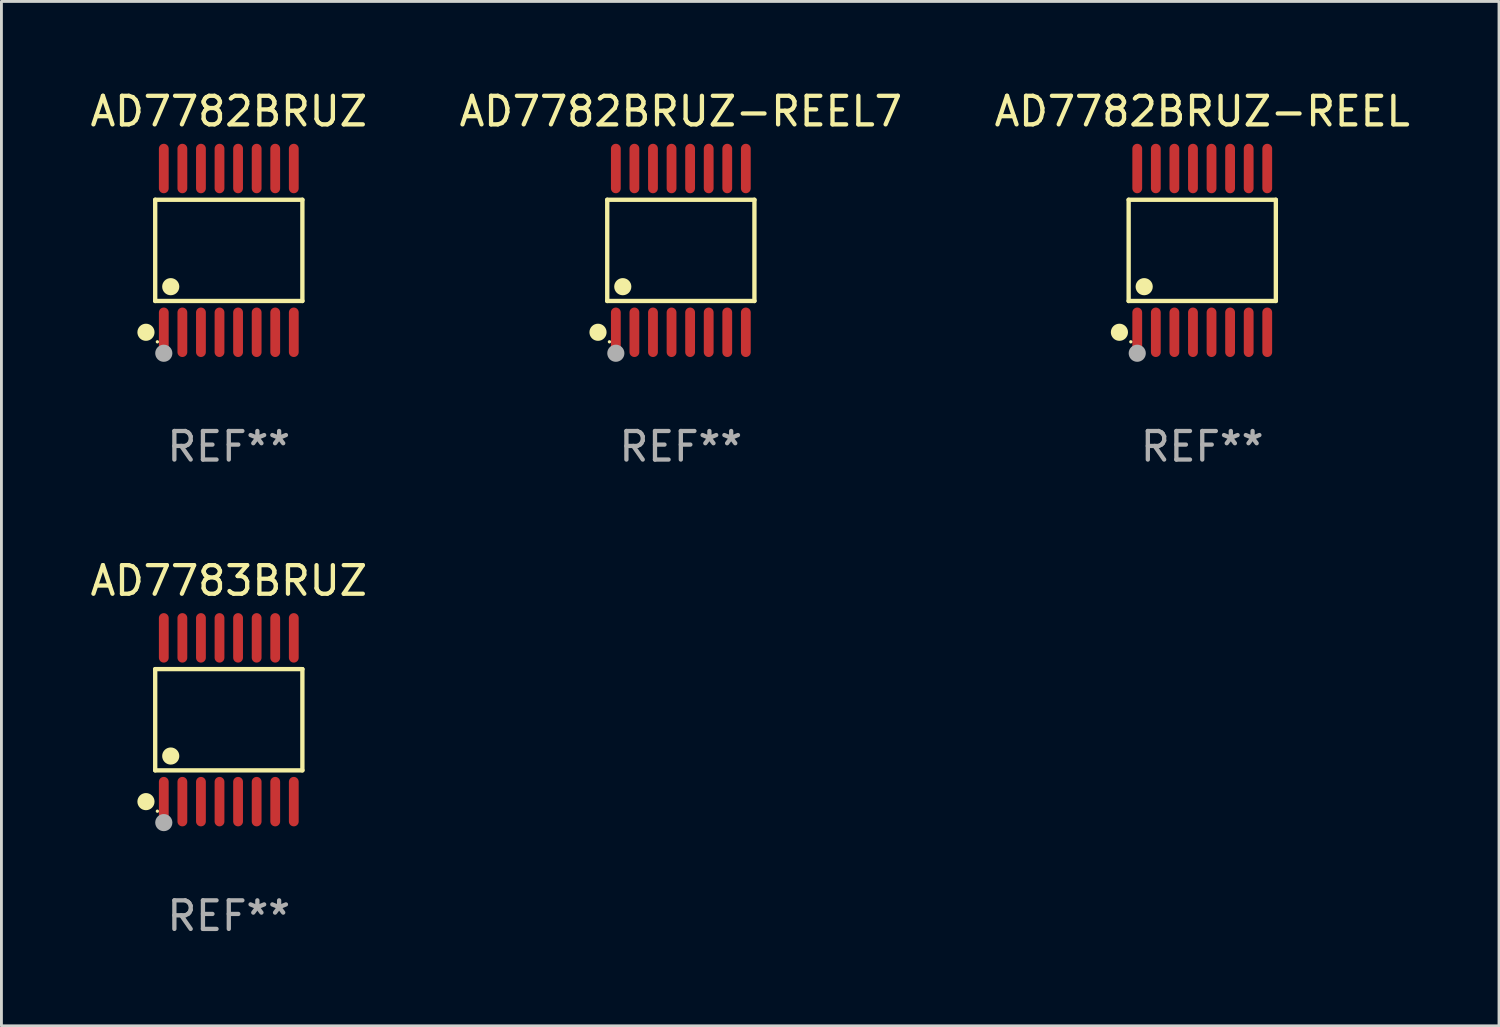
<source format=kicad_pcb>
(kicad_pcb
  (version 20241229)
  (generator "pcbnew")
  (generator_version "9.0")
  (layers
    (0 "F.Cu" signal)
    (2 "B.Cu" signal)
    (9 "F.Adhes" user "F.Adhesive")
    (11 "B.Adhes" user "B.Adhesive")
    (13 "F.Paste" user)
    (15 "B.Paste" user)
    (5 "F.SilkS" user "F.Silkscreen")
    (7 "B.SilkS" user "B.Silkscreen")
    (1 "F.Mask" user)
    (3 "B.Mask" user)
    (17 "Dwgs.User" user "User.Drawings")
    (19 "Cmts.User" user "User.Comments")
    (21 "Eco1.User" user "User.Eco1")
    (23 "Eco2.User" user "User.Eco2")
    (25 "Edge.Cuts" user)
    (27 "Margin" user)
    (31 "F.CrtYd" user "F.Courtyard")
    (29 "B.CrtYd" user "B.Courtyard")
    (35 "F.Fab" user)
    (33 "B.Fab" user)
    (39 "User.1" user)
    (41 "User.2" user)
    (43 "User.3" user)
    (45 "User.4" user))
  (footprint "AD7782BRUZ-REEL7"
    (layer "F.Cu")
    (at 20.78 5.714)
    (property "Reference" "AD7782BRUZ-REEL7" (at 0 -4.866 0) (layer "F.SilkS") (effects (font (size 1 1) (thickness 0.15))))
    (attr through_hole)
    (fp_line (start -2.576 -1.772) (end 2.576 -1.772) (stroke (width 0.152) (type solid)) (layer "F.SilkS"))
    (fp_line (start -2.576 1.771) (end -2.576 -1.772) (stroke (width 0.152) (type solid)) (layer "F.SilkS"))
    (fp_line (start 2.576 -1.772) (end 2.576 1.771) (stroke (width 0.152) (type solid)) (layer "F.SilkS"))
    (fp_line (start 2.576 1.771) (end -2.576 1.771) (stroke (width 0.152) (type solid)) (layer "F.SilkS"))
    (fp_circle (center -2.899 2.866) (end -2.749 2.866) (stroke (width 0.3) (type solid)) (fill no) (layer "F.SilkS"))
    (fp_circle (center -2.5 3.2) (end -2.47 3.2) (stroke (width 0.06) (type solid)) (fill no) (layer "F.SilkS"))
    (fp_circle (center -2.032 1.27) (end -1.882 1.27) (stroke (width 0.3) (type solid)) (fill no) (layer "F.SilkS"))
    (fp_circle (center -2.275 3.6) (end -2.125 3.6) (stroke (width 0.3) (type solid)) (fill no) (layer "F.Fab"))
    (fp_text user "REF**" (at 0 6.866 0) (layer "F.Fab") (effects (font (size 1 1) (thickness 0.15))))
    (pad "1" smd oval (at -2.275 2.866) (size 0.343 1.731) (layers "F.Cu" "F.Mask" "F.Paste"))
    (pad "2" smd oval (at -1.625 2.866) (size 0.343 1.731) (layers "F.Cu" "F.Mask" "F.Paste"))
    (pad "3" smd oval (at -0.975 2.866) (size 0.343 1.731) (layers "F.Cu" "F.Mask" "F.Paste"))
    (pad "4" smd oval (at -0.325 2.866) (size 0.343 1.731) (layers "F.Cu" "F.Mask" "F.Paste"))
    (pad "5" smd oval (at 0.325 2.866) (size 0.343 1.731) (layers "F.Cu" "F.Mask" "F.Paste"))
    (pad "6" smd oval (at 0.975 2.866) (size 0.343 1.731) (layers "F.Cu" "F.Mask" "F.Paste"))
    (pad "7" smd oval (at 1.625 2.866) (size 0.343 1.731) (layers "F.Cu" "F.Mask" "F.Paste"))
    (pad "8" smd oval (at 2.275 2.866) (size 0.343 1.731) (layers "F.Cu" "F.Mask" "F.Paste"))
    (pad "9" smd oval (at 2.275 -2.866) (size 0.343 1.731) (layers "F.Cu" "F.Mask" "F.Paste"))
    (pad "10" smd oval (at 1.625 -2.866) (size 0.343 1.731) (layers "F.Cu" "F.Mask" "F.Paste"))
    (pad "11" smd oval (at 0.975 -2.866) (size 0.343 1.731) (layers "F.Cu" "F.Mask" "F.Paste"))
    (pad "12" smd oval (at 0.325 -2.866) (size 0.343 1.731) (layers "F.Cu" "F.Mask" "F.Paste"))
    (pad "13" smd oval (at -0.325 -2.866) (size 0.343 1.731) (layers "F.Cu" "F.Mask" "F.Paste"))
    (pad "14" smd oval (at -0.975 -2.866) (size 0.343 1.731) (layers "F.Cu" "F.Mask" "F.Paste"))
    (pad "15" smd oval (at -1.625 -2.866) (size 0.343 1.731) (layers "F.Cu" "F.Mask" "F.Paste"))
    (pad "16" smd oval (at -2.275 -2.866) (size 0.343 1.731) (layers "F.Cu" "F.Mask" "F.Paste")))
  (footprint "AD7782BRUZ-REEL"
    (layer "F.Cu")
    (at 39.03 5.714)
    (property "Reference" "AD7782BRUZ-REEL" (at 0 -4.866 0) (layer "F.SilkS") (effects (font (size 1 1) (thickness 0.15))))
    (attr through_hole)
    (fp_line (start -2.576 -1.772) (end 2.576 -1.772) (stroke (width 0.152) (type solid)) (layer "F.SilkS"))
    (fp_line (start -2.576 1.771) (end -2.576 -1.772) (stroke (width 0.152) (type solid)) (layer "F.SilkS"))
    (fp_line (start 2.576 -1.772) (end 2.576 1.771) (stroke (width 0.152) (type solid)) (layer "F.SilkS"))
    (fp_line (start 2.576 1.771) (end -2.576 1.771) (stroke (width 0.152) (type solid)) (layer "F.SilkS"))
    (fp_circle (center -2.899 2.866) (end -2.749 2.866) (stroke (width 0.3) (type solid)) (fill no) (layer "F.SilkS"))
    (fp_circle (center -2.5 3.2) (end -2.47 3.2) (stroke (width 0.06) (type solid)) (fill no) (layer "F.SilkS"))
    (fp_circle (center -2.032 1.27) (end -1.882 1.27) (stroke (width 0.3) (type solid)) (fill no) (layer "F.SilkS"))
    (fp_circle (center -2.275 3.6) (end -2.125 3.6) (stroke (width 0.3) (type solid)) (fill no) (layer "F.Fab"))
    (fp_text user "REF**" (at 0 6.866 0) (layer "F.Fab") (effects (font (size 1 1) (thickness 0.15))))
    (pad "1" smd oval (at -2.275 2.866) (size 0.343 1.731) (layers "F.Cu" "F.Mask" "F.Paste"))
    (pad "2" smd oval (at -1.625 2.866) (size 0.343 1.731) (layers "F.Cu" "F.Mask" "F.Paste"))
    (pad "3" smd oval (at -0.975 2.866) (size 0.343 1.731) (layers "F.Cu" "F.Mask" "F.Paste"))
    (pad "4" smd oval (at -0.325 2.866) (size 0.343 1.731) (layers "F.Cu" "F.Mask" "F.Paste"))
    (pad "5" smd oval (at 0.325 2.866) (size 0.343 1.731) (layers "F.Cu" "F.Mask" "F.Paste"))
    (pad "6" smd oval (at 0.975 2.866) (size 0.343 1.731) (layers "F.Cu" "F.Mask" "F.Paste"))
    (pad "7" smd oval (at 1.625 2.866) (size 0.343 1.731) (layers "F.Cu" "F.Mask" "F.Paste"))
    (pad "8" smd oval (at 2.275 2.866) (size 0.343 1.731) (layers "F.Cu" "F.Mask" "F.Paste"))
    (pad "9" smd oval (at 2.275 -2.866) (size 0.343 1.731) (layers "F.Cu" "F.Mask" "F.Paste"))
    (pad "10" smd oval (at 1.625 -2.866) (size 0.343 1.731) (layers "F.Cu" "F.Mask" "F.Paste"))
    (pad "11" smd oval (at 0.975 -2.866) (size 0.343 1.731) (layers "F.Cu" "F.Mask" "F.Paste"))
    (pad "12" smd oval (at 0.325 -2.866) (size 0.343 1.731) (layers "F.Cu" "F.Mask" "F.Paste"))
    (pad "13" smd oval (at -0.325 -2.866) (size 0.343 1.731) (layers "F.Cu" "F.Mask" "F.Paste"))
    (pad "14" smd oval (at -0.975 -2.866) (size 0.343 1.731) (layers "F.Cu" "F.Mask" "F.Paste"))
    (pad "15" smd oval (at -1.625 -2.866) (size 0.343 1.731) (layers "F.Cu" "F.Mask" "F.Paste"))
    (pad "16" smd oval (at -2.275 -2.866) (size 0.343 1.731) (layers "F.Cu" "F.Mask" "F.Paste")))
  (footprint "AD7782BRUZ"
    (layer "F.Cu")
    (at 4.958 5.714)
    (property "Reference" "AD7782BRUZ" (at 0 -4.866 0) (layer "F.SilkS") (effects (font (size 1 1) (thickness 0.15))))
    (attr through_hole)
    (fp_line (start -2.576 -1.772) (end 2.576 -1.772) (stroke (width 0.152) (type solid)) (layer "F.SilkS"))
    (fp_line (start -2.576 1.771) (end -2.576 -1.772) (stroke (width 0.152) (type solid)) (layer "F.SilkS"))
    (fp_line (start 2.576 -1.772) (end 2.576 1.771) (stroke (width 0.152) (type solid)) (layer "F.SilkS"))
    (fp_line (start 2.576 1.771) (end -2.576 1.771) (stroke (width 0.152) (type solid)) (layer "F.SilkS"))
    (fp_circle (center -2.899 2.866) (end -2.749 2.866) (stroke (width 0.3) (type solid)) (fill no) (layer "F.SilkS"))
    (fp_circle (center -2.5 3.2) (end -2.47 3.2) (stroke (width 0.06) (type solid)) (fill no) (layer "F.SilkS"))
    (fp_circle (center -2.032 1.27) (end -1.882 1.27) (stroke (width 0.3) (type solid)) (fill no) (layer "F.SilkS"))
    (fp_circle (center -2.275 3.6) (end -2.125 3.6) (stroke (width 0.3) (type solid)) (fill no) (layer "F.Fab"))
    (fp_text user "REF**" (at 0 6.866 0) (layer "F.Fab") (effects (font (size 1 1) (thickness 0.15))))
    (pad "1" smd oval (at -2.275 2.866) (size 0.343 1.731) (layers "F.Cu" "F.Mask" "F.Paste"))
    (pad "2" smd oval (at -1.625 2.866) (size 0.343 1.731) (layers "F.Cu" "F.Mask" "F.Paste"))
    (pad "3" smd oval (at -0.975 2.866) (size 0.343 1.731) (layers "F.Cu" "F.Mask" "F.Paste"))
    (pad "4" smd oval (at -0.325 2.866) (size 0.343 1.731) (layers "F.Cu" "F.Mask" "F.Paste"))
    (pad "5" smd oval (at 0.325 2.866) (size 0.343 1.731) (layers "F.Cu" "F.Mask" "F.Paste"))
    (pad "6" smd oval (at 0.975 2.866) (size 0.343 1.731) (layers "F.Cu" "F.Mask" "F.Paste"))
    (pad "7" smd oval (at 1.625 2.866) (size 0.343 1.731) (layers "F.Cu" "F.Mask" "F.Paste"))
    (pad "8" smd oval (at 2.275 2.866) (size 0.343 1.731) (layers "F.Cu" "F.Mask" "F.Paste"))
    (pad "9" smd oval (at 2.275 -2.866) (size 0.343 1.731) (layers "F.Cu" "F.Mask" "F.Paste"))
    (pad "10" smd oval (at 1.625 -2.866) (size 0.343 1.731) (layers "F.Cu" "F.Mask" "F.Paste"))
    (pad "11" smd oval (at 0.975 -2.866) (size 0.343 1.731) (layers "F.Cu" "F.Mask" "F.Paste"))
    (pad "12" smd oval (at 0.325 -2.866) (size 0.343 1.731) (layers "F.Cu" "F.Mask" "F.Paste"))
    (pad "13" smd oval (at -0.325 -2.866) (size 0.343 1.731) (layers "F.Cu" "F.Mask" "F.Paste"))
    (pad "14" smd oval (at -0.975 -2.866) (size 0.343 1.731) (layers "F.Cu" "F.Mask" "F.Paste"))
    (pad "15" smd oval (at -1.625 -2.866) (size 0.343 1.731) (layers "F.Cu" "F.Mask" "F.Paste"))
    (pad "16" smd oval (at -2.275 -2.866) (size 0.343 1.731) (layers "F.Cu" "F.Mask" "F.Paste")))
  (footprint "AD7783BRUZ"
    (layer "F.Cu")
    (at 4.958 22.142)
    (property "Reference" "AD7783BRUZ" (at 0 -4.866 0) (layer "F.SilkS") (effects (font (size 1 1) (thickness 0.15))))
    (attr through_hole)
    (fp_line (start -2.576 -1.772) (end 2.576 -1.772) (stroke (width 0.152) (type solid)) (layer "F.SilkS"))
    (fp_line (start -2.576 1.771) (end -2.576 -1.772) (stroke (width 0.152) (type solid)) (layer "F.SilkS"))
    (fp_line (start 2.576 -1.772) (end 2.576 1.771) (stroke (width 0.152) (type solid)) (layer "F.SilkS"))
    (fp_line (start 2.576 1.771) (end -2.576 1.771) (stroke (width 0.152) (type solid)) (layer "F.SilkS"))
    (fp_circle (center -2.899 2.866) (end -2.749 2.866) (stroke (width 0.3) (type solid)) (fill no) (layer "F.SilkS"))
    (fp_circle (center -2.5 3.2) (end -2.47 3.2) (stroke (width 0.06) (type solid)) (fill no) (layer "F.SilkS"))
    (fp_circle (center -2.032 1.27) (end -1.882 1.27) (stroke (width 0.3) (type solid)) (fill no) (layer "F.SilkS"))
    (fp_circle (center -2.275 3.6) (end -2.125 3.6) (stroke (width 0.3) (type solid)) (fill no) (layer "F.Fab"))
    (fp_text user "REF**" (at 0 6.866 0) (layer "F.Fab") (effects (font (size 1 1) (thickness 0.15))))
    (pad "1" smd oval (at -2.275 2.866) (size 0.343 1.731) (layers "F.Cu" "F.Mask" "F.Paste"))
    (pad "2" smd oval (at -1.625 2.866) (size 0.343 1.731) (layers "F.Cu" "F.Mask" "F.Paste"))
    (pad "3" smd oval (at -0.975 2.866) (size 0.343 1.731) (layers "F.Cu" "F.Mask" "F.Paste"))
    (pad "4" smd oval (at -0.325 2.866) (size 0.343 1.731) (layers "F.Cu" "F.Mask" "F.Paste"))
    (pad "5" smd oval (at 0.325 2.866) (size 0.343 1.731) (layers "F.Cu" "F.Mask" "F.Paste"))
    (pad "6" smd oval (at 0.975 2.866) (size 0.343 1.731) (layers "F.Cu" "F.Mask" "F.Paste"))
    (pad "7" smd oval (at 1.625 2.866) (size 0.343 1.731) (layers "F.Cu" "F.Mask" "F.Paste"))
    (pad "8" smd oval (at 2.275 2.866) (size 0.343 1.731) (layers "F.Cu" "F.Mask" "F.Paste"))
    (pad "9" smd oval (at 2.275 -2.866) (size 0.343 1.731) (layers "F.Cu" "F.Mask" "F.Paste"))
    (pad "10" smd oval (at 1.625 -2.866) (size 0.343 1.731) (layers "F.Cu" "F.Mask" "F.Paste"))
    (pad "11" smd oval (at 0.975 -2.866) (size 0.343 1.731) (layers "F.Cu" "F.Mask" "F.Paste"))
    (pad "12" smd oval (at 0.325 -2.866) (size 0.343 1.731) (layers "F.Cu" "F.Mask" "F.Paste"))
    (pad "13" smd oval (at -0.325 -2.866) (size 0.343 1.731) (layers "F.Cu" "F.Mask" "F.Paste"))
    (pad "14" smd oval (at -0.975 -2.866) (size 0.343 1.731) (layers "F.Cu" "F.Mask" "F.Paste"))
    (pad "15" smd oval (at -1.625 -2.866) (size 0.343 1.731) (layers "F.Cu" "F.Mask" "F.Paste"))
    (pad "16" smd oval (at -2.275 -2.866) (size 0.343 1.731) (layers "F.Cu" "F.Mask" "F.Paste")))
  (gr_rect
    (start -3 -3)
    (end 49.417 32.856)
    (stroke (width 0.1) (type default))
    (fill no)
    (layer "Edge.Cuts")))
</source>
